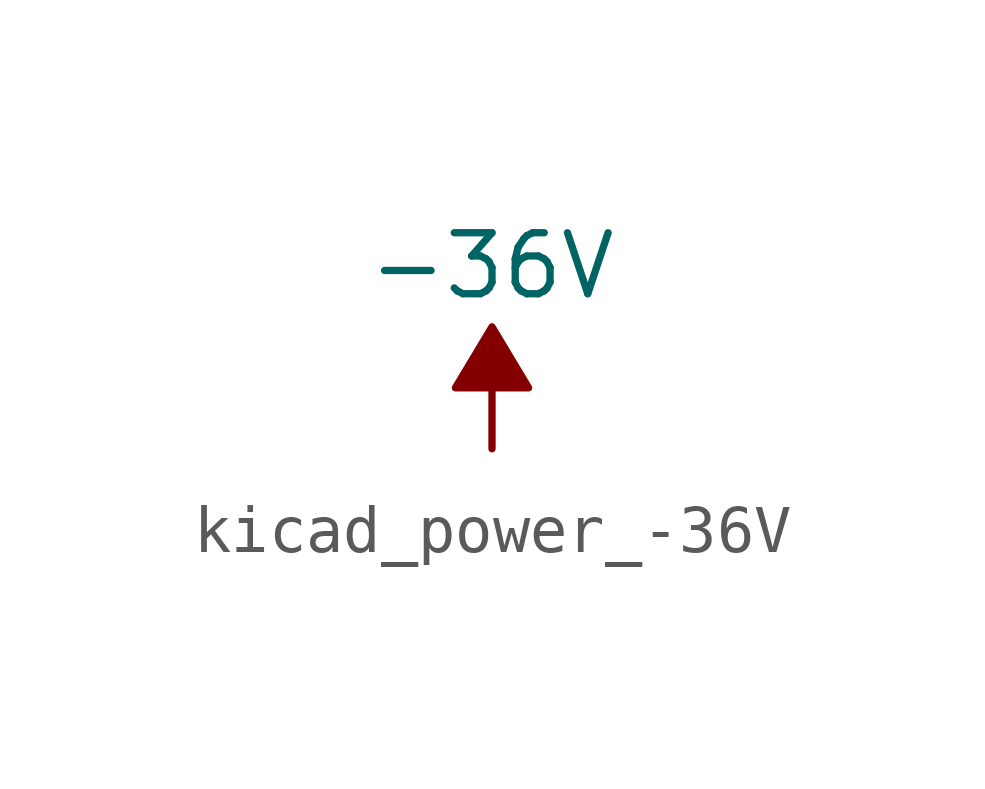
<source format=kicad_sym>
(kicad_symbol_lib
  (version 20220914)
  (generator kicad_symbol_editor)
  (symbol "kicad_power_-36V"
    (power)
    (pin_names
      (offset 0))
    (property "Reference" "#PWR"
      (at 0 2.54 0)
      (effects (font (size 1.27 1.27)) hide))
    (property "Value" "-36V"
      (at 0 3.81 0)
      (effects (font (size 1.27 1.27))))
    (symbol "kicad_power_-36V_0_0"
      (pin power_in line (at 0 0 90) (length 0) hide (name "-36V" (effects (font (size 1.27 1.27)))) (number "1" (effects (font (size 1.27 1.27))))))
    (symbol "kicad_power_-36V_0_1"
      (polyline (pts (xy 0 0) (xy 0 1.27) (xy 0.762 1.27) (xy 0 2.54) (xy -0.762 1.27) (xy 0 1.27)) (stroke (width 0) (type default)) (fill (type outline))))))
</source>
